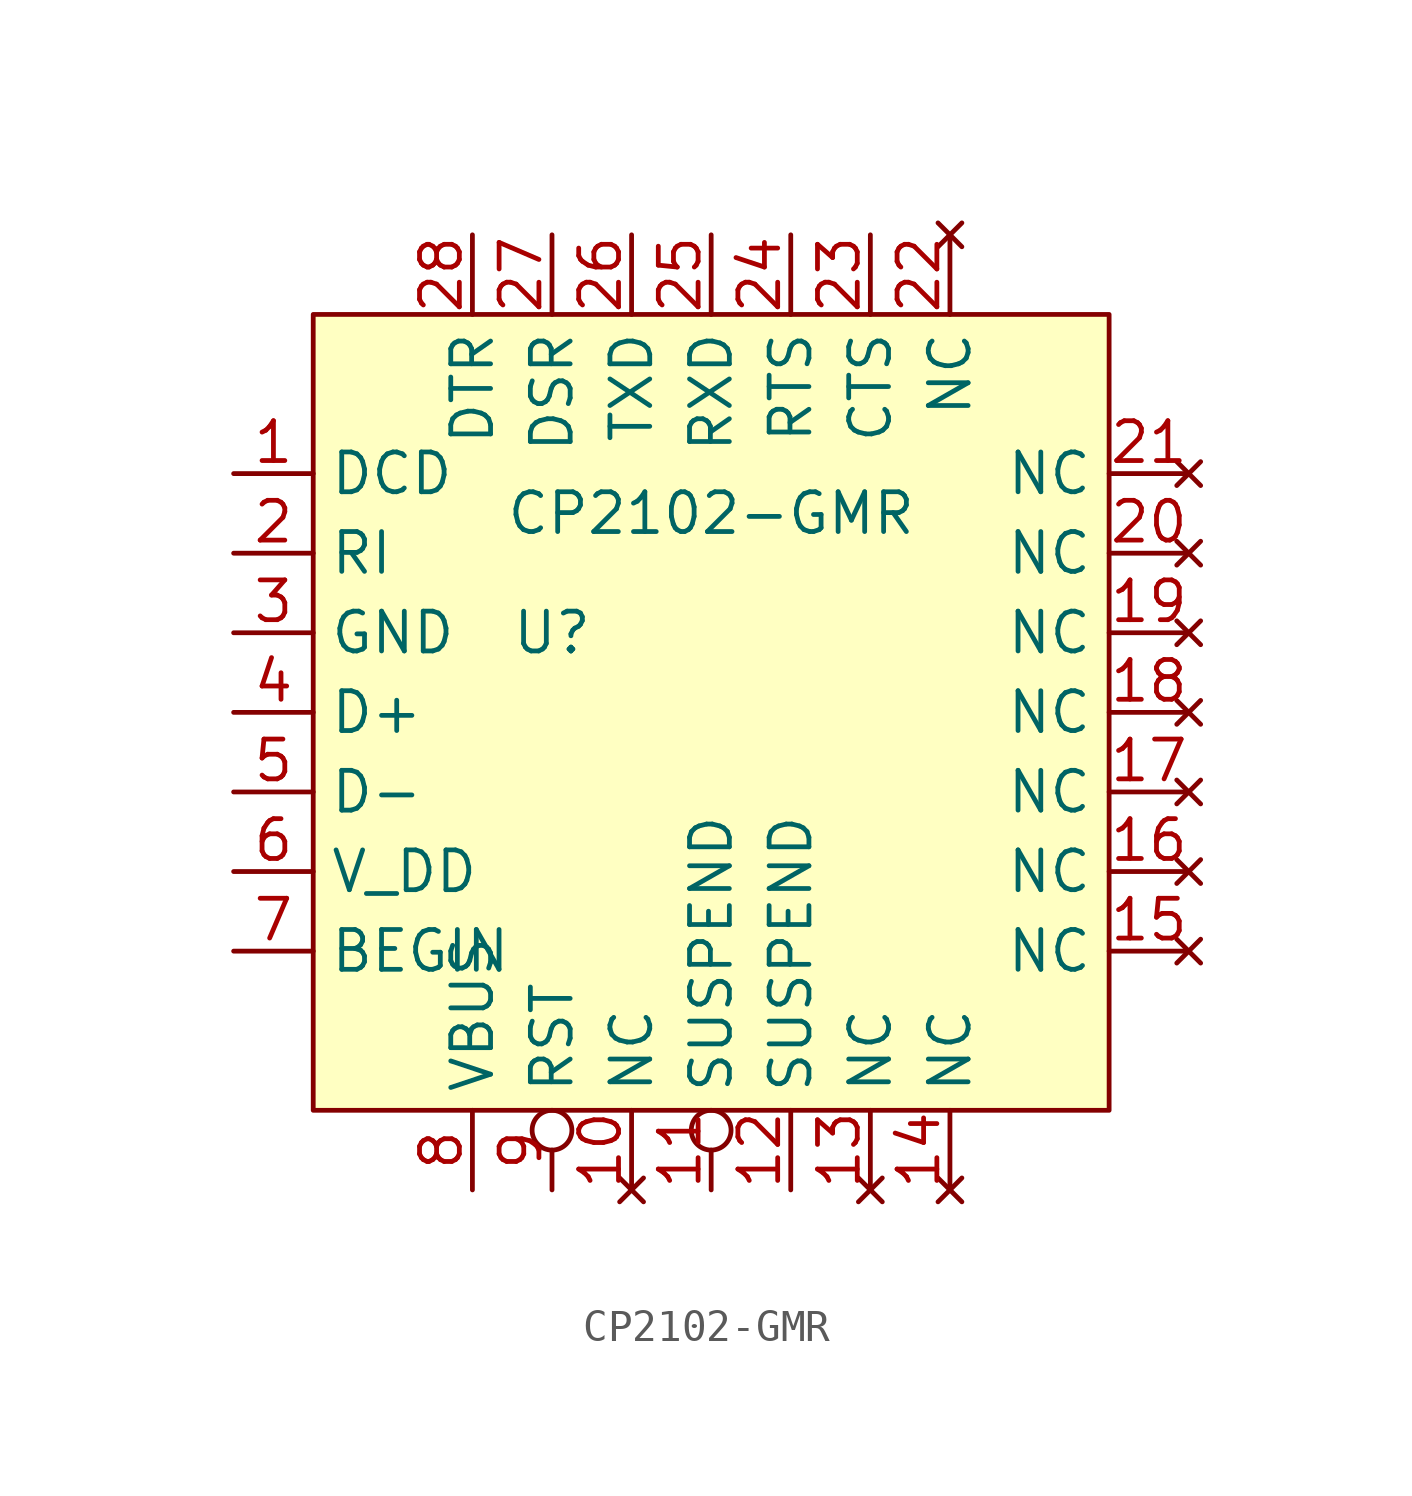
<source format=kicad_sym>
(kicad_symbol_lib
  (version 20211014)
  (generator kicad_symbol_editor)
  (symbol "CP2102-GMR"
    (property "Reference" "U"
      (at -5.08 2.54 0)
      (effects (font (size 1.27 1.27))))
    (property "Value" "CP2102-GMR"
      (at 0 6.35 0)
      (effects (font (size 1.27 1.27))))
    (symbol "CP2102-GMR_0_1"
      (rectangle (start -12.7 12.7) (end 12.7 -12.7) (stroke (width 0.152) (type default) (color 0 0 0 0)) (fill (type background))))
    (symbol "CP2102-GMR_1_1"
      (pin input line (at -15.24 7.62 0) (length 2.54) (name "DCD" (effects (font (size 1.27 1.27)))) (number "1" (effects (font (size 1.27 1.27)))))
      (pin no_connect line (at -2.54 -15.24 90) (length 2.54) (name "NC" (effects (font (size 1.27 1.27)))) (number "10" (effects (font (size 1.27 1.27)))))
      (pin output inverted (at 0 -15.24 90) (length 2.54) (name "SUSPEND" (effects (font (size 1.27 1.27)))) (number "11" (effects (font (size 1.27 1.27)))))
      (pin output line (at 2.54 -15.24 90) (length 2.54) (name "SUSPEND" (effects (font (size 1.27 1.27)))) (number "12" (effects (font (size 1.27 1.27)))))
      (pin no_connect line (at 5.08 -15.24 90) (length 2.54) (name "NC" (effects (font (size 1.27 1.27)))) (number "13" (effects (font (size 1.27 1.27)))))
      (pin no_connect line (at 7.62 -15.24 90) (length 2.54) (name "NC" (effects (font (size 1.27 1.27)))) (number "14" (effects (font (size 1.27 1.27)))))
      (pin no_connect line (at 15.24 -7.62 180) (length 2.54) (name "NC" (effects (font (size 1.27 1.27)))) (number "15" (effects (font (size 1.27 1.27)))))
      (pin no_connect line (at 15.24 -5.08 180) (length 2.54) (name "NC" (effects (font (size 1.27 1.27)))) (number "16" (effects (font (size 1.27 1.27)))))
      (pin no_connect line (at 15.24 -2.54 180) (length 2.54) (name "NC" (effects (font (size 1.27 1.27)))) (number "17" (effects (font (size 1.27 1.27)))))
      (pin no_connect line (at 15.24 0 180) (length 2.54) (name "NC" (effects (font (size 1.27 1.27)))) (number "18" (effects (font (size 1.27 1.27)))))
      (pin no_connect line (at 15.24 2.54 180) (length 2.54) (name "NC" (effects (font (size 1.27 1.27)))) (number "19" (effects (font (size 1.27 1.27)))))
      (pin input line (at -15.24 5.08 0) (length 2.54) (name "RI" (effects (font (size 1.27 1.27)))) (number "2" (effects (font (size 1.27 1.27)))))
      (pin no_connect line (at 15.24 5.08 180) (length 2.54) (name "NC" (effects (font (size 1.27 1.27)))) (number "20" (effects (font (size 1.27 1.27)))))
      (pin no_connect line (at 15.24 7.62 180) (length 2.54) (name "NC" (effects (font (size 1.27 1.27)))) (number "21" (effects (font (size 1.27 1.27)))))
      (pin no_connect line (at 7.62 15.24 270) (length 2.54) (name "NC" (effects (font (size 1.27 1.27)))) (number "22" (effects (font (size 1.27 1.27)))))
      (pin input line (at 5.08 15.24 270) (length 2.54) (name "CTS" (effects (font (size 1.27 1.27)))) (number "23" (effects (font (size 1.27 1.27)))))
      (pin output line (at 2.54 15.24 270) (length 2.54) (name "RTS" (effects (font (size 1.27 1.27)))) (number "24" (effects (font (size 1.27 1.27)))))
      (pin input line (at 0 15.24 270) (length 2.54) (name "RXD" (effects (font (size 1.27 1.27)))) (number "25" (effects (font (size 1.27 1.27)))))
      (pin output line (at -2.54 15.24 270) (length 2.54) (name "TXD" (effects (font (size 1.27 1.27)))) (number "26" (effects (font (size 1.27 1.27)))))
      (pin input line (at -5.08 15.24 270) (length 2.54) (name "DSR" (effects (font (size 1.27 1.27)))) (number "27" (effects (font (size 1.27 1.27)))))
      (pin output line (at -7.62 15.24 270) (length 2.54) (name "DTR" (effects (font (size 1.27 1.27)))) (number "28" (effects (font (size 1.27 1.27)))))
      (pin output line (at -15.24 2.54 0) (length 2.54) (name "GND" (effects (font (size 1.27 1.27)))) (number "3" (effects (font (size 1.27 1.27)))))
      (pin bidirectional line (at -15.24 0 0) (length 2.54) (name "D+" (effects (font (size 1.27 1.27)))) (number "4" (effects (font (size 1.27 1.27)))))
      (pin bidirectional line (at -15.24 -2.54 0) (length 2.54) (name "D-" (effects (font (size 1.27 1.27)))) (number "5" (effects (font (size 1.27 1.27)))))
      (pin bidirectional line (at -15.24 -5.08 0) (length 2.54) (name "V_DD" (effects (font (size 1.27 1.27)))) (number "6" (effects (font (size 1.27 1.27)))))
      (pin power_in line (at -15.24 -7.62 0) (length 2.54) (name "BEGIN" (effects (font (size 1.27 1.27)))) (number "7" (effects (font (size 1.27 1.27)))))
      (pin input line (at -7.62 -15.24 90) (length 2.54) (name "VBUS" (effects (font (size 1.27 1.27)))) (number "8" (effects (font (size 1.27 1.27)))))
      (pin bidirectional inverted (at -5.08 -15.24 90) (length 2.54) (name "RST" (effects (font (size 1.27 1.27)))) (number "9" (effects (font (size 1.27 1.27))))))))
</source>
